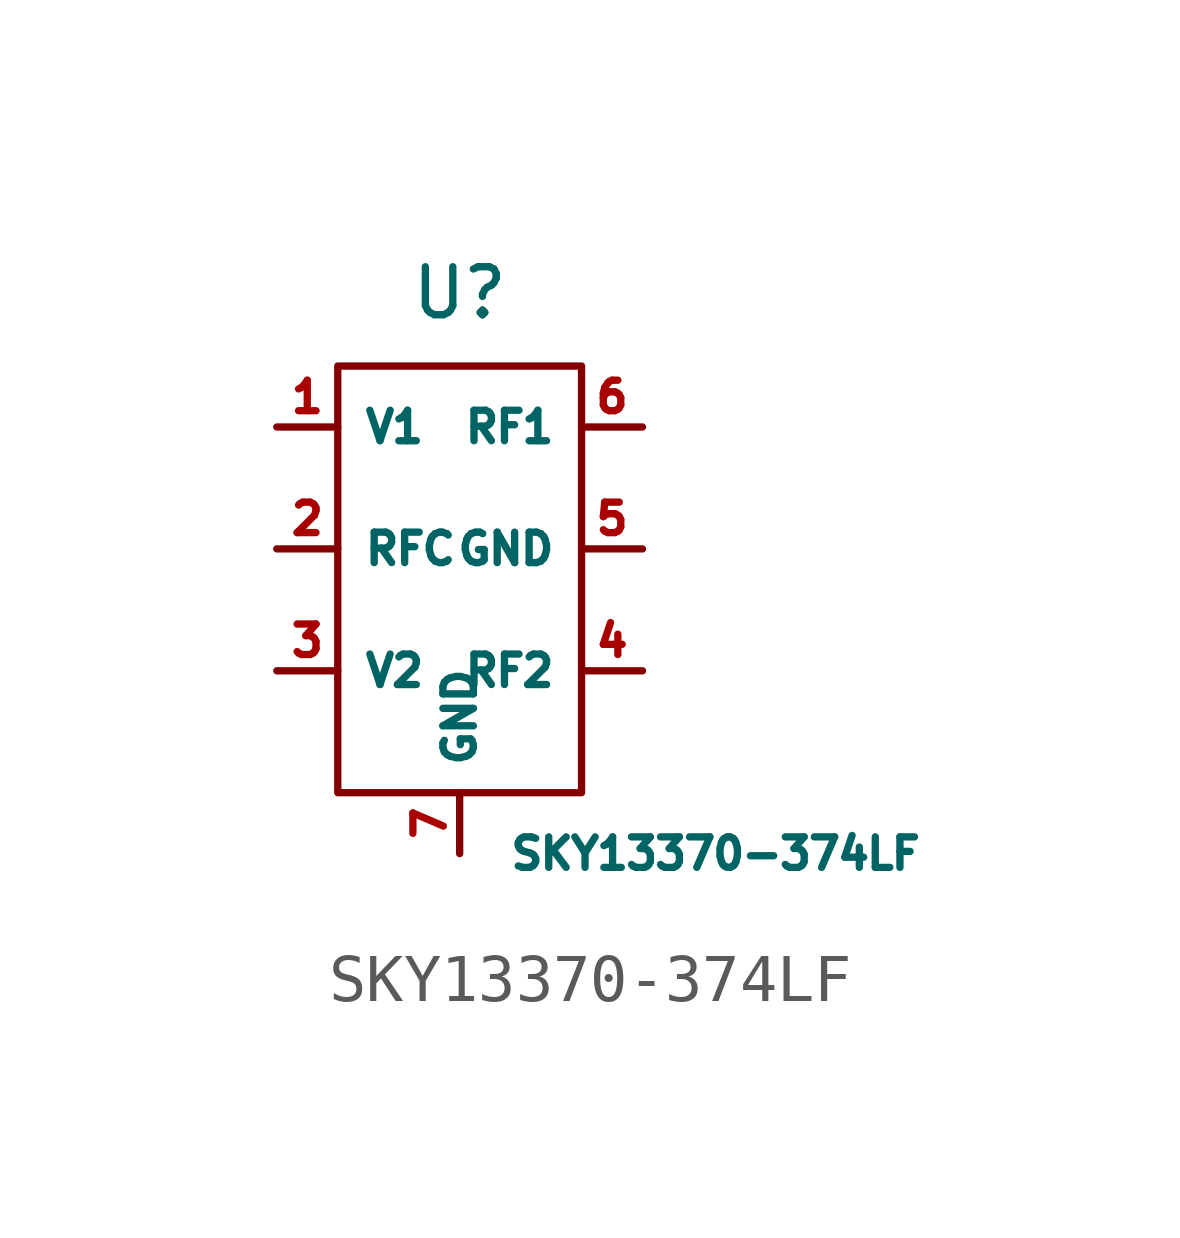
<source format=kicad_sym>
(kicad_symbol_lib
  (version 20231120)
  (generator "kicad_symbol_editor")
  (generator_version "8.0")
  (symbol "SKY13370-374LF"
    (property "Reference" "U"
      (at 0 5.334 0)
      (effects (font (size 1 1))))
    (property "Value" "SKY13370-374LF"
      (at 5.334 -6.35 0)
      (effects (font (size 0.635 0.635))))
    (symbol "SKY13370-374LF_0_1"
      (rectangle (start -2.54 3.81) (end 2.54 -5.08) (stroke (width 0) (type default)) (fill (type none))))
    (symbol "SKY13370-374LF_1_1"
      (pin input line (at -3.81 2.54 0) (length 1.27) (name "V1" (effects (font (size 0.635 0.635)))) (number "1" (effects (font (size 0.635 0.635)))))
      (pin bidirectional line (at -3.81 0 0) (length 1.27) (name "RFC" (effects (font (size 0.635 0.635)))) (number "2" (effects (font (size 0.635 0.635)))))
      (pin input line (at -3.81 -2.54 0) (length 1.27) (name "V2" (effects (font (size 0.635 0.635)))) (number "3" (effects (font (size 0.635 0.635)))))
      (pin bidirectional line (at 3.81 -2.54 180) (length 1.27) (name "RF2" (effects (font (size 0.635 0.635)))) (number "4" (effects (font (size 0.635 0.635)))))
      (pin power_in line (at 3.81 0 180) (length 1.27) (name "GND" (effects (font (size 0.635 0.635)))) (number "5" (effects (font (size 0.635 0.635)))))
      (pin bidirectional line (at 3.81 2.54 180) (length 1.27) (name "RF1" (effects (font (size 0.635 0.635)))) (number "6" (effects (font (size 0.635 0.635)))))
      (pin power_in line (at 0 -6.35 90) (length 1.27) (name "GND" (effects (font (size 0.635 0.635)))) (number "7" (effects (font (size 0.635 0.635))))))))
</source>
